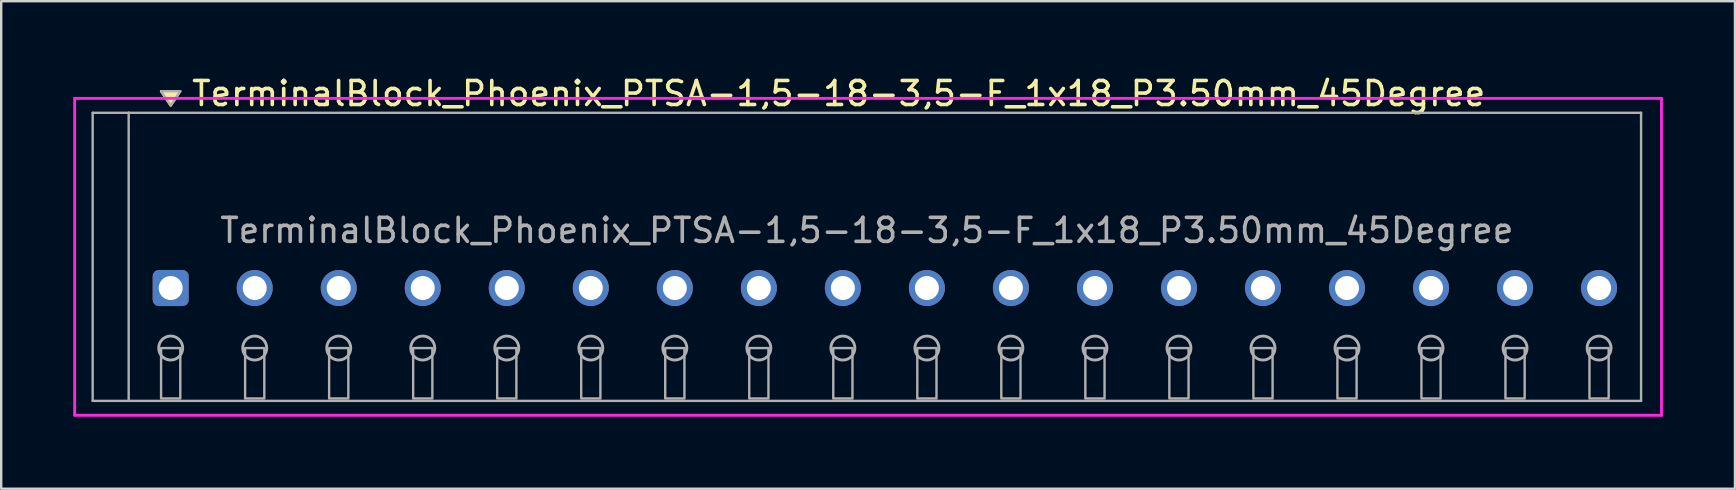
<source format=kicad_pcb>
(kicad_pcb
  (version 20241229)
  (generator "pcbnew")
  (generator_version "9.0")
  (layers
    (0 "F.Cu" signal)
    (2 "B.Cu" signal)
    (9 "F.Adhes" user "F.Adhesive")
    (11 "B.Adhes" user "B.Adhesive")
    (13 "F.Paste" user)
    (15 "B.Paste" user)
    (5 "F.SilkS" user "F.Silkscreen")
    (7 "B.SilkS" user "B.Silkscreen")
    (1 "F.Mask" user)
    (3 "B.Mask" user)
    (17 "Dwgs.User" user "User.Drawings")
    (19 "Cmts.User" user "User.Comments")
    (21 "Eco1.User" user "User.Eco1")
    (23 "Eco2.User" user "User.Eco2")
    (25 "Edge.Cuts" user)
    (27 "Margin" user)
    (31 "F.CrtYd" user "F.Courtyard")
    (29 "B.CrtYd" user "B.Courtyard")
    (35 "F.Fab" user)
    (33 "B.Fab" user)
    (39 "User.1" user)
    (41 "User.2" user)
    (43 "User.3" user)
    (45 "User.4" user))
  (footprint "TerminalBlock_Phoenix_PTSA-1,5-18-3,5-F_1x18_P3.50mm_45Degree"
    (layer "F.Cu")
    (at 4.06 8.948)
    (property "Reference" "TerminalBlock_Phoenix_PTSA-1,5-18-3,5-F_1x18_P3.50mm_45Degree" (at 0.8 -8.1 0) (layer "F.SilkS") (effects (font (size 1 1) (thickness 0.15)) (justify left)))
    (attr through_hole)
    (fp_poly (pts (xy 0 -7.6) (xy -0.4 -8.2) (xy 0.4 -8.2)) (stroke (width 0.1) (type solid)) (fill yes) (layer "F.SilkS"))
    (fp_line (start -4 -7.9) (end 62.1 -7.9) (stroke (width 0.12) (type solid)) (layer "F.CrtYd"))
    (fp_line (start -4 5.3) (end -4 -7.9) (stroke (width 0.12) (type solid)) (layer "F.CrtYd"))
    (fp_line (start 62.1 -7.9) (end 62.1 5.3) (stroke (width 0.12) (type solid)) (layer "F.CrtYd"))
    (fp_line (start 62.1 5.3) (end -4 5.3) (stroke (width 0.12) (type solid)) (layer "F.CrtYd"))
    (fp_line (start -3.25 -7.3) (end -1.75 -7.3) (stroke (width 0.1) (type solid)) (layer "F.Fab"))
    (fp_line (start -3.25 4.7) (end -3.25 -7.3) (stroke (width 0.1) (type solid)) (layer "F.Fab"))
    (fp_line (start -1.75 -7.3) (end -1.75 4.7) (stroke (width 0.1) (type solid)) (layer "F.Fab"))
    (fp_line (start -1.75 4.7) (end -3.25 4.7) (stroke (width 0.1) (type solid)) (layer "F.Fab"))
    (fp_line (start -1.75 4.7) (end 61.25 4.7) (stroke (width 0.1) (type solid)) (layer "F.Fab"))
    (fp_line (start 61.25 -7.3) (end -1.75 -7.3) (stroke (width 0.1) (type solid)) (layer "F.Fab"))
    (fp_line (start 61.25 4.7) (end 61.25 -7.3) (stroke (width 0.1) (type solid)) (layer "F.Fab"))
    (fp_circle (center 0 2.5) (end -0.5 2.5) (stroke (width 0.12) (type solid)) (fill no) (layer "F.Fab"))
    (fp_circle (center 3.5 2.5) (end 3 2.5) (stroke (width 0.12) (type solid)) (fill no) (layer "F.Fab"))
    (fp_circle (center 7 2.5) (end 6.5 2.5) (stroke (width 0.12) (type solid)) (fill no) (layer "F.Fab"))
    (fp_circle (center 10.5 2.5) (end 10 2.5) (stroke (width 0.12) (type solid)) (fill no) (layer "F.Fab"))
    (fp_circle (center 14 2.5) (end 13.5 2.5) (stroke (width 0.12) (type solid)) (fill no) (layer "F.Fab"))
    (fp_circle (center 17.5 2.5) (end 17 2.5) (stroke (width 0.12) (type solid)) (fill no) (layer "F.Fab"))
    (fp_circle (center 21 2.5) (end 20.5 2.5) (stroke (width 0.12) (type solid)) (fill no) (layer "F.Fab"))
    (fp_circle (center 24.5 2.5) (end 24 2.5) (stroke (width 0.12) (type solid)) (fill no) (layer "F.Fab"))
    (fp_circle (center 28 2.5) (end 27.5 2.5) (stroke (width 0.12) (type solid)) (fill no) (layer "F.Fab"))
    (fp_circle (center 31.5 2.5) (end 31 2.5) (stroke (width 0.12) (type solid)) (fill no) (layer "F.Fab"))
    (fp_circle (center 35 2.5) (end 34.5 2.5) (stroke (width 0.12) (type solid)) (fill no) (layer "F.Fab"))
    (fp_circle (center 38.5 2.5) (end 38 2.5) (stroke (width 0.12) (type solid)) (fill no) (layer "F.Fab"))
    (fp_circle (center 42 2.5) (end 41.5 2.5) (stroke (width 0.12) (type solid)) (fill no) (layer "F.Fab"))
    (fp_circle (center 45.5 2.5) (end 45 2.5) (stroke (width 0.12) (type solid)) (fill no) (layer "F.Fab"))
    (fp_circle (center 49 2.5) (end 48.5 2.5) (stroke (width 0.12) (type solid)) (fill no) (layer "F.Fab"))
    (fp_circle (center 52.5 2.5) (end 52 2.5) (stroke (width 0.12) (type solid)) (fill no) (layer "F.Fab"))
    (fp_circle (center 56 2.5) (end 55.5 2.5) (stroke (width 0.12) (type solid)) (fill no) (layer "F.Fab"))
    (fp_circle (center 59.5 2.5) (end 59 2.5) (stroke (width 0.12) (type solid)) (fill no) (layer "F.Fab"))
    (fp_poly (pts (xy 0 -7.6) (xy -0.4 -8.2) (xy 0.4 -8.2)) (stroke (width 0.1) (type solid)) (fill no) (layer "F.Fab"))
    (fp_poly (pts (xy -0.4 2.5) (xy -0.4 4.6) (xy 0.4 4.6) (xy 0.4 2.5)) (stroke (width 0.1) (type solid)) (fill no) (layer "F.Fab"))
    (fp_poly (pts (xy 3.1 2.5) (xy 3.1 4.6) (xy 3.9 4.6) (xy 3.9 2.5)) (stroke (width 0.1) (type solid)) (fill no) (layer "F.Fab"))
    (fp_poly (pts (xy 6.6 2.5) (xy 6.6 4.6) (xy 7.4 4.6) (xy 7.4 2.5)) (stroke (width 0.1) (type solid)) (fill no) (layer "F.Fab"))
    (fp_poly (pts (xy 10.1 2.5) (xy 10.1 4.6) (xy 10.9 4.6) (xy 10.9 2.5)) (stroke (width 0.1) (type solid)) (fill no) (layer "F.Fab"))
    (fp_poly (pts (xy 13.6 2.5) (xy 13.6 4.6) (xy 14.4 4.6) (xy 14.4 2.5)) (stroke (width 0.1) (type solid)) (fill no) (layer "F.Fab"))
    (fp_poly (pts (xy 17.1 2.5) (xy 17.1 4.6) (xy 17.9 4.6) (xy 17.9 2.5)) (stroke (width 0.1) (type solid)) (fill no) (layer "F.Fab"))
    (fp_poly (pts (xy 20.6 2.5) (xy 20.6 4.6) (xy 21.4 4.6) (xy 21.4 2.5)) (stroke (width 0.1) (type solid)) (fill no) (layer "F.Fab"))
    (fp_poly (pts (xy 24.1 2.5) (xy 24.1 4.6) (xy 24.9 4.6) (xy 24.9 2.5)) (stroke (width 0.1) (type solid)) (fill no) (layer "F.Fab"))
    (fp_poly (pts (xy 27.6 2.5) (xy 27.6 4.6) (xy 28.4 4.6) (xy 28.4 2.5)) (stroke (width 0.1) (type solid)) (fill no) (layer "F.Fab"))
    (fp_poly (pts (xy 31.1 2.5) (xy 31.1 4.6) (xy 31.9 4.6) (xy 31.9 2.5)) (stroke (width 0.1) (type solid)) (fill no) (layer "F.Fab"))
    (fp_poly (pts (xy 34.6 2.5) (xy 34.6 4.6) (xy 35.4 4.6) (xy 35.4 2.5)) (stroke (width 0.1) (type solid)) (fill no) (layer "F.Fab"))
    (fp_poly (pts (xy 38.1 2.5) (xy 38.1 4.6) (xy 38.9 4.6) (xy 38.9 2.5)) (stroke (width 0.1) (type solid)) (fill no) (layer "F.Fab"))
    (fp_poly (pts (xy 41.6 2.5) (xy 41.6 4.6) (xy 42.4 4.6) (xy 42.4 2.5)) (stroke (width 0.1) (type solid)) (fill no) (layer "F.Fab"))
    (fp_poly (pts (xy 45.1 2.5) (xy 45.1 4.6) (xy 45.9 4.6) (xy 45.9 2.5)) (stroke (width 0.1) (type solid)) (fill no) (layer "F.Fab"))
    (fp_poly (pts (xy 48.6 2.5) (xy 48.6 4.6) (xy 49.4 4.6) (xy 49.4 2.5)) (stroke (width 0.1) (type solid)) (fill no) (layer "F.Fab"))
    (fp_poly (pts (xy 52.1 2.5) (xy 52.1 4.6) (xy 52.9 4.6) (xy 52.9 2.5)) (stroke (width 0.1) (type solid)) (fill no) (layer "F.Fab"))
    (fp_poly (pts (xy 55.6 2.5) (xy 55.6 4.6) (xy 56.4 4.6) (xy 56.4 2.5)) (stroke (width 0.1) (type solid)) (fill no) (layer "F.Fab"))
    (fp_poly (pts (xy 59.1 2.5) (xy 59.1 4.6) (xy 59.9 4.6) (xy 59.9 2.5)) (stroke (width 0.1) (type solid)) (fill no) (layer "F.Fab"))
    (fp_text user "${REFERENCE}" (at 29 -2.4 0) (layer "F.Fab") (effects (font (size 1 1) (thickness 0.15))))
    (pad "1" thru_hole roundrect (at 0 0) (size 1.5 1.5) (drill 1) (layers "*.Cu" "*.Mask") (roundrect_rratio 0.167))
    (pad "2" thru_hole oval (at 3.5 0) (size 1.5 1.5) (drill 1) (layers "*.Cu" "*.Mask"))
    (pad "3" thru_hole oval (at 7 0) (size 1.5 1.5) (drill 1) (layers "*.Cu" "*.Mask"))
    (pad "4" thru_hole oval (at 10.5 0) (size 1.5 1.5) (drill 1) (layers "*.Cu" "*.Mask"))
    (pad "5" thru_hole oval (at 14 0) (size 1.5 1.5) (drill 1) (layers "*.Cu" "*.Mask"))
    (pad "6" thru_hole oval (at 17.5 0) (size 1.5 1.5) (drill 1) (layers "*.Cu" "*.Mask"))
    (pad "7" thru_hole oval (at 21 0) (size 1.5 1.5) (drill 1) (layers "*.Cu" "*.Mask"))
    (pad "8" thru_hole oval (at 24.5 0) (size 1.5 1.5) (drill 1) (layers "*.Cu" "*.Mask"))
    (pad "9" thru_hole oval (at 28 0) (size 1.5 1.5) (drill 1) (layers "*.Cu" "*.Mask"))
    (pad "10" thru_hole oval (at 31.5 0) (size 1.5 1.5) (drill 1) (layers "*.Cu" "*.Mask"))
    (pad "11" thru_hole oval (at 35 0) (size 1.5 1.5) (drill 1) (layers "*.Cu" "*.Mask"))
    (pad "12" thru_hole oval (at 38.5 0) (size 1.5 1.5) (drill 1) (layers "*.Cu" "*.Mask"))
    (pad "13" thru_hole oval (at 42 0) (size 1.5 1.5) (drill 1) (layers "*.Cu" "*.Mask"))
    (pad "14" thru_hole oval (at 45.5 0) (size 1.5 1.5) (drill 1) (layers "*.Cu" "*.Mask"))
    (pad "15" thru_hole oval (at 49 0) (size 1.5 1.5) (drill 1) (layers "*.Cu" "*.Mask"))
    (pad "16" thru_hole oval (at 52.5 0) (size 1.5 1.5) (drill 1) (layers "*.Cu" "*.Mask"))
    (pad "17" thru_hole oval (at 56 0) (size 1.5 1.5) (drill 1) (layers "*.Cu" "*.Mask"))
    (pad "18" thru_hole oval (at 59.5 0) (size 1.5 1.5) (drill 1) (layers "*.Cu" "*.Mask")))
  (gr_rect
    (start -3 -3)
    (end 69.22 17.308)
    (stroke (width 0.1) (type default))
    (fill no)
    (layer "Edge.Cuts")))
</source>
